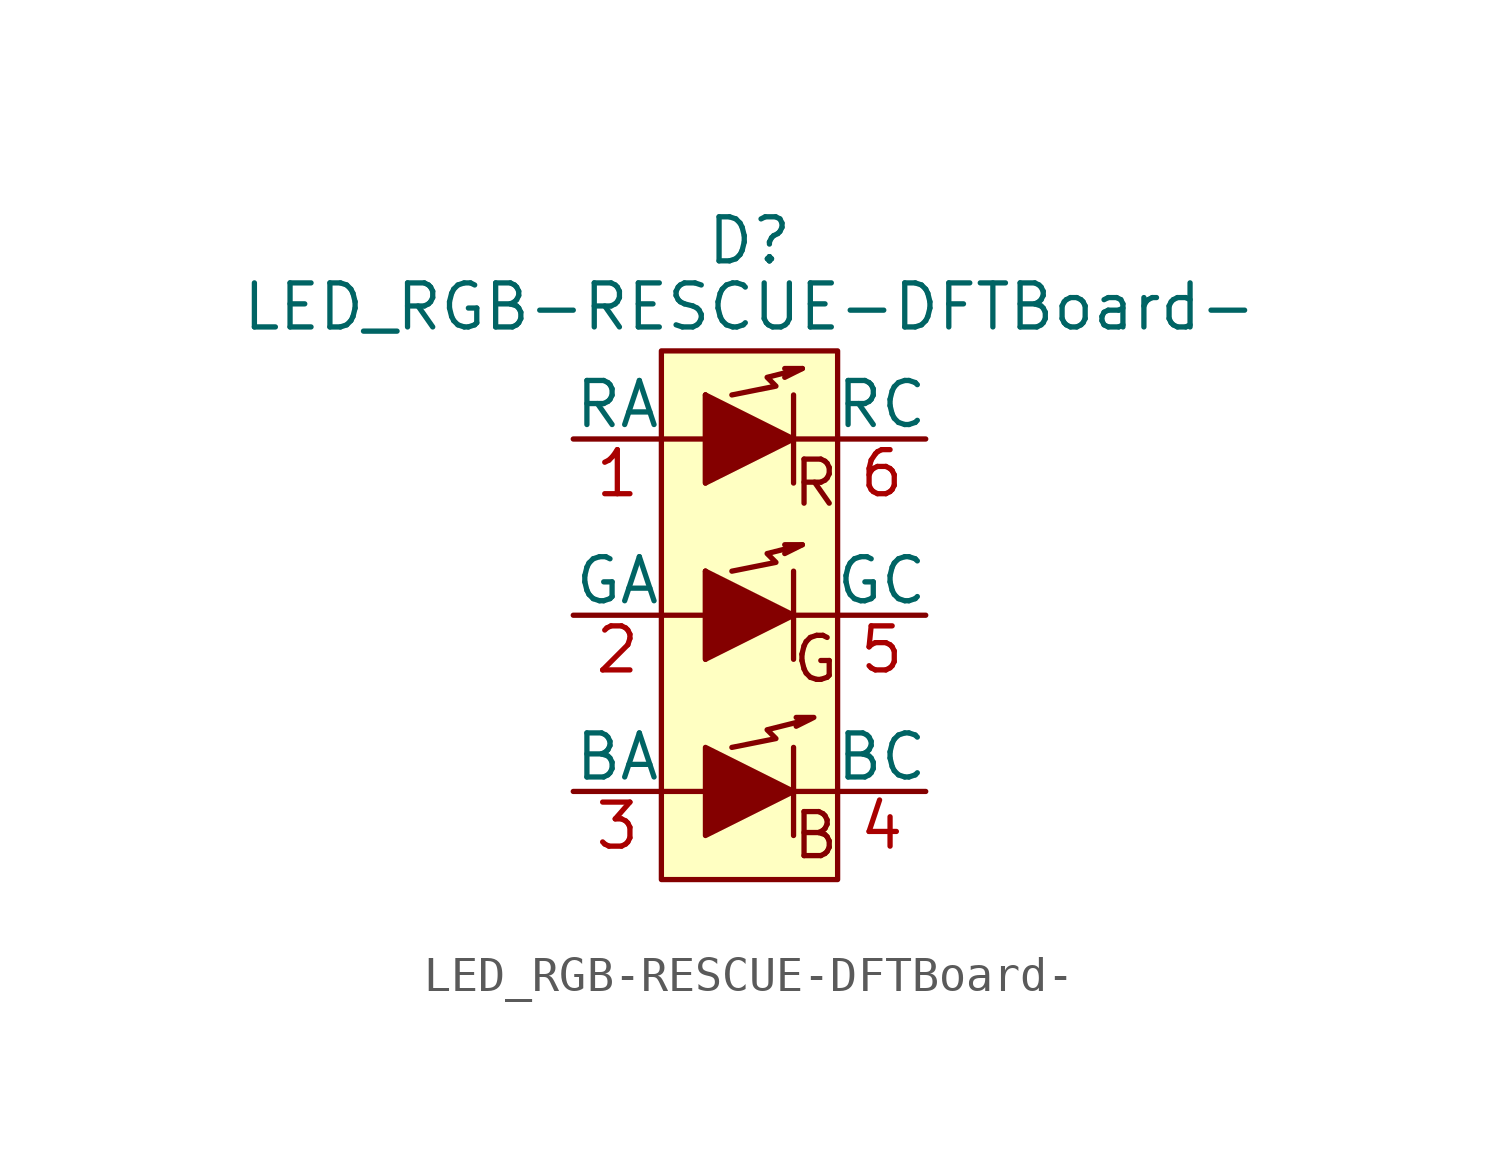
<source format=kicad_sym>
(kicad_symbol_lib
  (version 20220914)
  (generator kicad_symbol_editor)
  (symbol "LED_RGB-RESCUE-DFTBoard-"
    (pin_names
      (offset 0))
    (property "Reference" "D"
      (at 0 10.795 0)
      (effects (font (size 1.27 1.27))))
    (property "Value" "LED_RGB-RESCUE-DFTBoard-"
      (at 0 8.89 0)
      (effects (font (size 1.27 1.27))))
    (property "Footprint" ""
      (at 0 -1.27 0)
      (effects (font (size 1.27 1.27))))
    (property "Datasheet" ""
      (at 0 -1.27 0)
      (effects (font (size 1.27 1.27))))
    (symbol "LED_RGB-RESCUE-DFTBoard-_0_0"
      (text "B" (at 1.905 -6.35 0) (effects (font (size 1.27 1.27))))
      (text "G" (at 1.905 -1.27 0) (effects (font (size 1.27 1.27))))
      (text "R" (at 1.905 3.81 0) (effects (font (size 1.27 1.27)))))
    (symbol "LED_RGB-RESCUE-DFTBoard-_0_1"
      (rectangle (start -2.54 7.62) (end 2.54 -7.62) (stroke (width 0) (type solid)) (fill (type background)))
      (rectangle (start -1.27 -1.27) (end -1.27 1.27) (stroke (width 0) (type solid)) (fill (type none)))
      (rectangle (start -1.27 1.27) (end -1.27 1.27) (stroke (width 0) (type solid)) (fill (type none)))
      (rectangle (start -1.27 3.81) (end -1.27 6.35) (stroke (width 0) (type solid)) (fill (type none)))
      (rectangle (start -1.27 6.35) (end -1.27 6.35) (stroke (width 0) (type solid)) (fill (type none)))
      (polyline (pts (xy -1.27 -5.08) (xy -2.54 -5.08)) (stroke (width 0) (type solid)) (fill (type none)))
      (polyline (pts (xy -1.27 0) (xy -2.54 0)) (stroke (width 0) (type solid)) (fill (type none)))
      (polyline (pts (xy -1.27 5.08) (xy -2.54 5.08)) (stroke (width 0) (type solid)) (fill (type none)))
      (polyline (pts (xy 1.27 -5.08) (xy 2.54 -5.08)) (stroke (width 0) (type solid)) (fill (type none)))
      (polyline (pts (xy 1.27 -3.81) (xy 1.27 -6.35)) (stroke (width 0) (type solid)) (fill (type none)))
      (polyline (pts (xy 1.27 0) (xy 2.54 0)) (stroke (width 0) (type solid)) (fill (type none)))
      (polyline (pts (xy 1.27 5.08) (xy 2.54 5.08)) (stroke (width 0) (type solid)) (fill (type none)))
      (polyline (pts (xy 1.27 1.27) (xy 1.27 -1.27) (xy 1.27 -1.27)) (stroke (width 0) (type solid)) (fill (type none)))
      (polyline (pts (xy 1.27 6.35) (xy 1.27 3.81) (xy 1.27 3.81)) (stroke (width 0) (type solid)) (fill (type none)))
      (polyline (pts (xy 1.016 2.032) (xy 1.524 2.032) (xy 1.016 1.778) (xy 1.016 1.778)) (stroke (width 0) (type solid)) (fill (type none)))
      (polyline (pts (xy 1.016 7.112) (xy 1.524 7.112) (xy 1.016 6.858) (xy 1.016 6.858)) (stroke (width 0) (type solid)) (fill (type none)))
      (polyline (pts (xy 1.346 -2.946) (xy 1.854 -2.946) (xy 1.346 -3.2) (xy 1.346 -3.2)) (stroke (width 0) (type solid)) (fill (type none)))
      (polyline (pts (xy -1.27 -3.81) (xy -1.27 -6.35) (xy 1.27 -5.08) (xy -1.27 -3.81) (xy -1.27 -3.81)) (stroke (width 0) (type solid)) (fill (type outline)))
      (polyline (pts (xy -0.508 -3.81) (xy 0.762 -3.556) (xy 0.508 -3.302) (xy 1.524 -3.048) (xy 1.524 -3.048)) (stroke (width 0) (type solid)) (fill (type none)))
      (polyline (pts (xy -1.27 1.27) (xy -1.27 -1.27) (xy 1.27 0) (xy -1.27 1.27) (xy -1.27 1.27) (xy -1.27 1.27)) (stroke (width 0) (type solid)) (fill (type outline)))
      (polyline (pts (xy -1.27 6.35) (xy -1.27 3.81) (xy 1.27 5.08) (xy -1.27 6.35) (xy -1.27 6.35) (xy -1.27 6.35)) (stroke (width 0) (type solid)) (fill (type outline)))
      (polyline (pts (xy -0.508 1.27) (xy 0.762 1.524) (xy 0.508 1.778) (xy 1.524 2.032) (xy 1.524 2.032) (xy 1.524 2.032)) (stroke (width 0) (type solid)) (fill (type none)))
      (polyline (pts (xy -0.508 6.35) (xy 0.762 6.604) (xy 0.508 6.858) (xy 1.524 7.112) (xy 1.524 7.112) (xy 1.524 7.112)) (stroke (width 0) (type solid)) (fill (type none))))
    (symbol "LED_RGB-RESCUE-DFTBoard-_1_1"
      (pin passive line (at -5.08 5.08 0) (length 2.54) (name "RA" (effects (font (size 1.27 1.27)))) (number "1" (effects (font (size 1.27 1.27)))))
      (pin passive line (at -5.08 0 0) (length 2.54) (name "GA" (effects (font (size 1.27 1.27)))) (number "2" (effects (font (size 1.27 1.27)))))
      (pin passive line (at -5.08 -5.08 0) (length 2.54) (name "BA" (effects (font (size 1.27 1.27)))) (number "3" (effects (font (size 1.27 1.27)))))
      (pin passive line (at 5.08 -5.08 180) (length 2.54) (name "BC" (effects (font (size 1.27 1.27)))) (number "4" (effects (font (size 1.27 1.27)))))
      (pin passive line (at 5.08 0 180) (length 2.54) (name "GC" (effects (font (size 1.27 1.27)))) (number "5" (effects (font (size 1.27 1.27)))))
      (pin passive line (at 5.08 5.08 180) (length 2.54) (name "RC" (effects (font (size 1.27 1.27)))) (number "6" (effects (font (size 1.27 1.27))))))))
</source>
